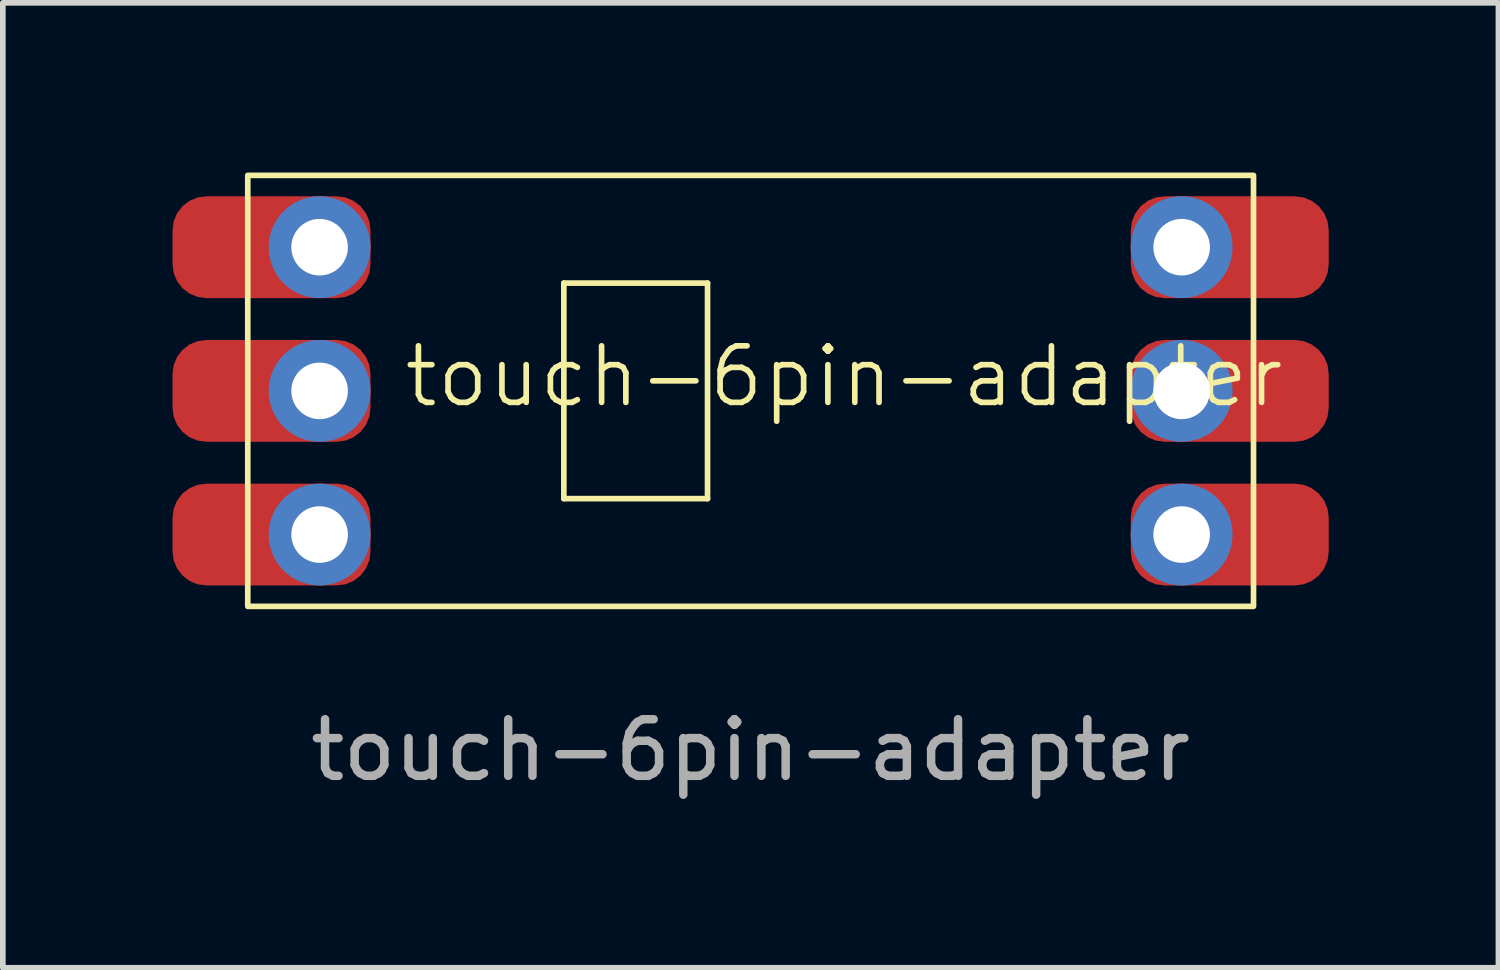
<source format=kicad_pcb>
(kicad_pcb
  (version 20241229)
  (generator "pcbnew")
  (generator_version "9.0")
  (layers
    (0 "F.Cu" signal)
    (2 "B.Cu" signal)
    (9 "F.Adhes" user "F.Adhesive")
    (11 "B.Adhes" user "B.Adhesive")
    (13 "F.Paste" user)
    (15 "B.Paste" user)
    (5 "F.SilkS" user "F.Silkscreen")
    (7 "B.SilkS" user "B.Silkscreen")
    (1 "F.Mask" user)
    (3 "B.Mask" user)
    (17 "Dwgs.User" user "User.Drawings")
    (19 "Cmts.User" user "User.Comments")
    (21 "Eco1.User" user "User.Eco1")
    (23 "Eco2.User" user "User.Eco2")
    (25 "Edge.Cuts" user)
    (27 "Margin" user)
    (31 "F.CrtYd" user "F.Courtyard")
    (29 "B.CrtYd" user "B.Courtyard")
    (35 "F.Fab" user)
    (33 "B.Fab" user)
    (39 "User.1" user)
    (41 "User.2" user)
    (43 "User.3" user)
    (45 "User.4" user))
  (footprint "touch-6pin-adapter"
    (layer "F.Cu")
    (at 2.6 1.32)
    (property "Reference" "touch-6pin-adapter" (at 9.271 2.286 0) (unlocked yes) (layer "F.SilkS") (effects (font (size 1 1) (thickness 0.1))))
    (attr through_hole)
    (fp_line (start 4.318 0.635) (end 4.318 4.445) (stroke (width 0.1) (type default)) (layer "F.SilkS"))
    (fp_line (start 4.318 4.445) (end 6.858 4.445) (stroke (width 0.1) (type default)) (layer "F.SilkS"))
    (fp_line (start 6.858 0.635) (end 4.318 0.635) (stroke (width 0.1) (type default)) (layer "F.SilkS"))
    (fp_line (start 6.858 4.445) (end 6.858 0.635) (stroke (width 0.1) (type default)) (layer "F.SilkS"))
    (fp_rect (start -1.27 -1.27) (end 16.51 6.35) (stroke (width 0.1) (type default)) (fill no) (layer "F.SilkS"))
    (fp_text user "${REFERENCE}" (at 7.62 8.89 0) (unlocked yes) (layer "F.Fab") (effects (font (size 1 1) (thickness 0.15))))
    (pad "1" smd roundrect (at -0.85 0 180) (size 3.5 1.8) (layers "F.Cu" "F.Mask" "F.Paste") (roundrect_rratio 0.333))
    (pad "1" thru_hole circle (at 0 0 180) (size 1.8 1.8) (drill 1) (property pad_prop_castellated) (layers "*.Cu" "*.Mask"))
    (pad "2" smd roundrect (at -0.85 2.54 180) (size 3.5 1.8) (layers "F.Cu" "F.Mask" "F.Paste") (roundrect_rratio 0.333))
    (pad "2" thru_hole circle (at 0 2.54 180) (size 1.8 1.8) (drill 1) (property pad_prop_castellated) (layers "*.Cu" "*.Mask"))
    (pad "3" smd roundrect (at -0.85 5.08 180) (size 3.5 1.8) (layers "F.Cu" "F.Mask" "F.Paste") (roundrect_rratio 0.333))
    (pad "3" thru_hole circle (at 0 5.08 180) (size 1.8 1.8) (drill 1) (property pad_prop_castellated) (layers "*.Cu" "*.Mask"))
    (pad "4" thru_hole circle (at 15.24 5.08 180) (size 1.8 1.8) (drill 1) (property pad_prop_castellated) (layers "*.Cu" "*.Mask"))
    (pad "4" smd roundrect (at 16.09 5.08) (size 3.5 1.8) (layers "F.Cu" "F.Mask" "F.Paste") (roundrect_rratio 0.333))
    (pad "5" thru_hole circle (at 15.24 2.54 180) (size 1.8 1.8) (drill 1) (property pad_prop_castellated) (layers "*.Cu" "*.Mask"))
    (pad "5" smd roundrect (at 16.09 2.54) (size 3.5 1.8) (layers "F.Cu" "F.Mask" "F.Paste") (roundrect_rratio 0.333))
    (pad "6" thru_hole circle (at 15.24 0 180) (size 1.8 1.8) (drill 1) (property pad_prop_castellated) (layers "*.Cu" "*.Mask"))
    (pad "6" smd roundrect (at 16.09 0) (size 3.5 1.8) (layers "F.Cu" "F.Mask" "F.Paste") (roundrect_rratio 0.333)))
  (gr_rect
    (start -3 -3)
    (end 23.44 14.058)
    (stroke (width 0.1) (type default))
    (fill no)
    (layer "Edge.Cuts")))
</source>
